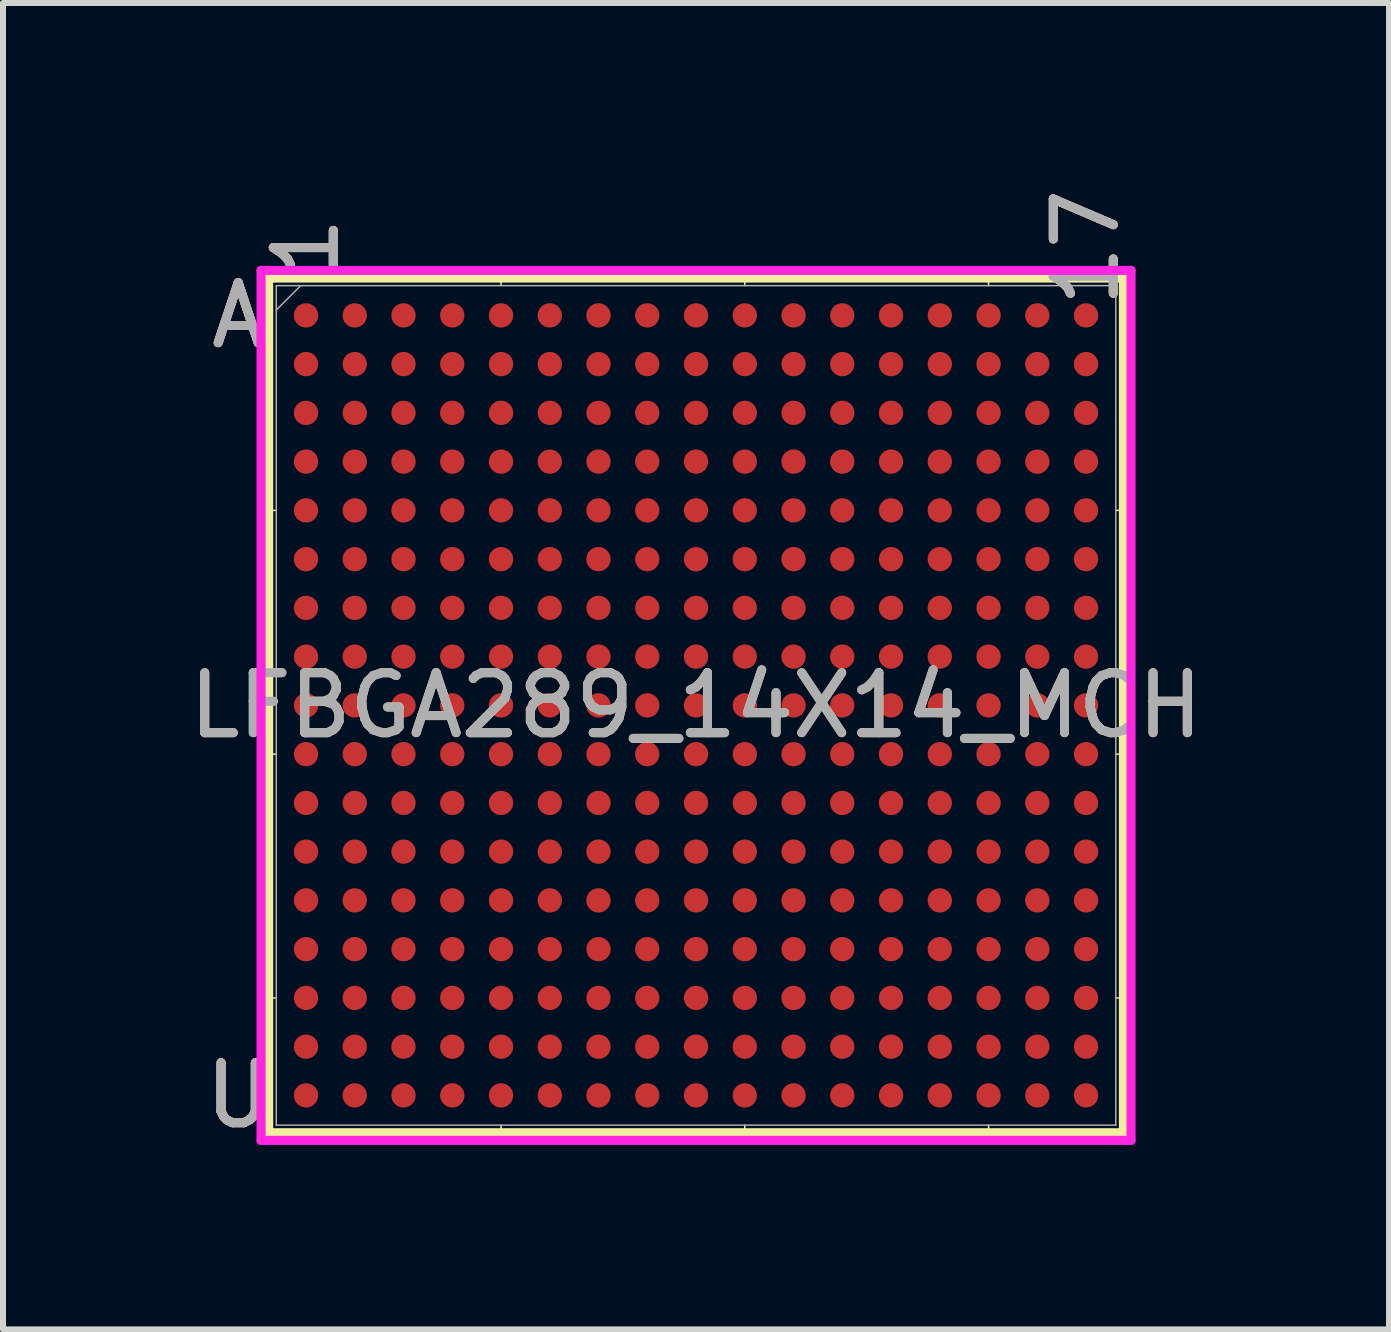
<source format=kicad_pcb>
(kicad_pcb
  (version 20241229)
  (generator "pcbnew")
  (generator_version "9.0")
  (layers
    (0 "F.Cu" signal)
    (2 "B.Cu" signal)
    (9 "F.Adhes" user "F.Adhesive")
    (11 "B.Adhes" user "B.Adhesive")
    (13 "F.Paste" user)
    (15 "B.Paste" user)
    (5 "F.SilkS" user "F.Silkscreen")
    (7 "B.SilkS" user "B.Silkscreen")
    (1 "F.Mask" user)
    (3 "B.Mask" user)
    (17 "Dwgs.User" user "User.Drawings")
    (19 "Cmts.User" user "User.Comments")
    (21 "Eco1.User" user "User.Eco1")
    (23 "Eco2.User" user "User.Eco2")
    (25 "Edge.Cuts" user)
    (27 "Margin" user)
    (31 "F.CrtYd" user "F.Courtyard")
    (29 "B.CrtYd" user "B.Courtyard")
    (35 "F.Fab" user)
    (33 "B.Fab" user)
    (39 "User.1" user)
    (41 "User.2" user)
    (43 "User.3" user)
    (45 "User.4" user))
  (footprint "LFBGA289_14X14_MCH"
    (layer "F.Cu")
    (at 8.554 8.71)
    (property "Reference" "LFBGA289_14X14_MCH" (at 0 0 0) (unlocked yes) (layer "F.SilkS") (effects (font (size 1 1) (thickness 0.15))))
    (attr smd)
    (fp_line (start -7.125 -7.125) (end -7.125 7.125) (stroke (width 0.152) (type solid)) (layer "F.SilkS"))
    (fp_line (start -7.125 7.125) (end 7.125 7.125) (stroke (width 0.152) (type solid)) (layer "F.SilkS"))
    (fp_line (start -6.998 -3.251) (end -7.252 -3.251) (stroke (width 0.025) (type solid)) (layer "F.SilkS"))
    (fp_line (start -6.998 0.813) (end -7.252 0.813) (stroke (width 0.025) (type solid)) (layer "F.SilkS"))
    (fp_line (start -6.998 4.877) (end -7.252 4.877) (stroke (width 0.025) (type solid)) (layer "F.SilkS"))
    (fp_line (start -3.251 -6.998) (end -3.251 -7.252) (stroke (width 0.025) (type solid)) (layer "F.SilkS"))
    (fp_line (start -3.251 6.998) (end -3.251 7.252) (stroke (width 0.025) (type solid)) (layer "F.SilkS"))
    (fp_line (start 0.813 -6.998) (end 0.813 -7.252) (stroke (width 0.025) (type solid)) (layer "F.SilkS"))
    (fp_line (start 0.813 6.998) (end 0.813 7.252) (stroke (width 0.025) (type solid)) (layer "F.SilkS"))
    (fp_line (start 4.877 -6.998) (end 4.877 -7.252) (stroke (width 0.025) (type solid)) (layer "F.SilkS"))
    (fp_line (start 4.877 6.998) (end 4.877 7.252) (stroke (width 0.025) (type solid)) (layer "F.SilkS"))
    (fp_line (start 6.998 -3.251) (end 7.252 -3.251) (stroke (width 0.025) (type solid)) (layer "F.SilkS"))
    (fp_line (start 6.998 0.813) (end 7.252 0.813) (stroke (width 0.025) (type solid)) (layer "F.SilkS"))
    (fp_line (start 6.998 4.877) (end 7.252 4.877) (stroke (width 0.025) (type solid)) (layer "F.SilkS"))
    (fp_line (start 7.125 -7.125) (end -7.125 -7.125) (stroke (width 0.152) (type solid)) (layer "F.SilkS"))
    (fp_line (start 7.125 7.125) (end 7.125 -7.125) (stroke (width 0.152) (type solid)) (layer "F.SilkS"))
    (fp_poly (pts (xy -7.353 -7.353) (xy 7.353 -7.353) (xy 7.353 7.353) (xy -7.353 7.353)) (stroke (width 0.1) (type solid)) (fill no) (layer "Eco2.User"))
    (fp_line (start -7.252 -7.252) (end 7.252 -7.252) (stroke (width 0.152) (type solid)) (layer "F.CrtYd"))
    (fp_line (start -7.252 7.252) (end -7.252 -7.252) (stroke (width 0.152) (type solid)) (layer "F.CrtYd"))
    (fp_line (start 7.252 -7.252) (end 7.252 7.252) (stroke (width 0.152) (type solid)) (layer "F.CrtYd"))
    (fp_line (start 7.252 7.252) (end -7.252 7.252) (stroke (width 0.152) (type solid)) (layer "F.CrtYd"))
    (fp_line (start -6.998 -6.998) (end -6.998 6.998) (stroke (width 0.025) (type solid)) (layer "F.Fab"))
    (fp_line (start -6.998 6.998) (end 6.998 6.998) (stroke (width 0.025) (type solid)) (layer "F.Fab"))
    (fp_line (start -6.591 -6.998) (end -6.998 -6.591) (stroke (width 0.025) (type solid)) (layer "F.Fab"))
    (fp_line (start 6.998 -6.998) (end -6.998 -6.998) (stroke (width 0.025) (type solid)) (layer "F.Fab"))
    (fp_line (start 6.998 6.998) (end 6.998 -6.998) (stroke (width 0.025) (type solid)) (layer "F.Fab"))
    (fp_text user "U" (at -7.633 6.502 0) (unlocked yes) (layer "F.SilkS") (effects (font (size 1 1) (thickness 0.15))))
    (fp_text user "17" (at 6.502 -7.633 90) (unlocked yes) (layer "F.SilkS") (effects (font (size 1 1) (thickness 0.15))))
    (fp_text user "A" (at -7.633 -6.502 0) (unlocked yes) (layer "F.SilkS") (effects (font (size 1 1) (thickness 0.15))))
    (fp_text user "1" (at -6.502 -7.633 90) (unlocked yes) (layer "F.SilkS") (effects (font (size 1 1) (thickness 0.15))))
    (fp_text user "A" (at -7.633 -6.502 0) (unlocked yes) (layer "B.SilkS") (effects (font (size 1 1) (thickness 0.15))))
    (fp_text user "1" (at -6.502 -7.633 90) (unlocked yes) (layer "B.SilkS") (effects (font (size 1 1) (thickness 0.15))))
    (fp_text user "U" (at -7.633 6.502 0) (unlocked yes) (layer "B.SilkS") (effects (font (size 1 1) (thickness 0.15))))
    (fp_text user "17" (at 6.502 -7.633 90) (unlocked yes) (layer "B.SilkS") (effects (font (size 1 1) (thickness 0.15))))
    (fp_text user "${REFERENCE}" (at 0 0 0) (unlocked yes) (layer "F.Fab") (effects (font (size 1 1) (thickness 0.15))))
    (fp_text user "A" (at -7.633 -6.502 0) (unlocked yes) (layer "F.Fab") (effects (font (size 1 1) (thickness 0.15))))
    (fp_text user "17" (at 6.502 -7.633 90) (unlocked yes) (layer "F.Fab") (effects (font (size 1 1) (thickness 0.15))))
    (fp_text user "1" (at -6.502 -7.633 90) (unlocked yes) (layer "F.Fab") (effects (font (size 1 1) (thickness 0.15))))
    (fp_text user "U" (at -7.633 6.502 0) (unlocked yes) (layer "F.Fab") (effects (font (size 1 1) (thickness 0.15))))
    (pad "A1" smd circle (at -6.502 -6.502) (size 0.406 0.406) (layers "F.Cu" "F.Mask" "F.Paste"))
    (pad "A2" smd circle (at -5.69 -6.502) (size 0.406 0.406) (layers "F.Cu" "F.Mask" "F.Paste"))
    (pad "A3" smd circle (at -4.877 -6.502) (size 0.406 0.406) (layers "F.Cu" "F.Mask" "F.Paste"))
    (pad "A4" smd circle (at -4.064 -6.502) (size 0.406 0.406) (layers "F.Cu" "F.Mask" "F.Paste"))
    (pad "A5" smd circle (at -3.251 -6.502) (size 0.406 0.406) (layers "F.Cu" "F.Mask" "F.Paste"))
    (pad "A6" smd circle (at -2.438 -6.502) (size 0.406 0.406) (layers "F.Cu" "F.Mask" "F.Paste"))
    (pad "A7" smd circle (at -1.626 -6.502) (size 0.406 0.406) (layers "F.Cu" "F.Mask" "F.Paste"))
    (pad "A8" smd circle (at -0.813 -6.502) (size 0.406 0.406) (layers "F.Cu" "F.Mask" "F.Paste"))
    (pad "A9" smd circle (at 0 -6.502) (size 0.406 0.406) (layers "F.Cu" "F.Mask" "F.Paste"))
    (pad "A10" smd circle (at 0.813 -6.502) (size 0.406 0.406) (layers "F.Cu" "F.Mask" "F.Paste"))
    (pad "A11" smd circle (at 1.626 -6.502) (size 0.406 0.406) (layers "F.Cu" "F.Mask" "F.Paste"))
    (pad "A12" smd circle (at 2.438 -6.502) (size 0.406 0.406) (layers "F.Cu" "F.Mask" "F.Paste"))
    (pad "A13" smd circle (at 3.251 -6.502) (size 0.406 0.406) (layers "F.Cu" "F.Mask" "F.Paste"))
    (pad "A14" smd circle (at 4.064 -6.502) (size 0.406 0.406) (layers "F.Cu" "F.Mask" "F.Paste"))
    (pad "A15" smd circle (at 4.877 -6.502) (size 0.406 0.406) (layers "F.Cu" "F.Mask" "F.Paste"))
    (pad "A16" smd circle (at 5.69 -6.502) (size 0.406 0.406) (layers "F.Cu" "F.Mask" "F.Paste"))
    (pad "A17" smd circle (at 6.502 -6.502) (size 0.406 0.406) (layers "F.Cu" "F.Mask" "F.Paste"))
    (pad "B1" smd circle (at -6.502 -5.69) (size 0.406 0.406) (layers "F.Cu" "F.Mask" "F.Paste"))
    (pad "B2" smd circle (at -5.69 -5.69) (size 0.406 0.406) (layers "F.Cu" "F.Mask" "F.Paste"))
    (pad "B3" smd circle (at -4.877 -5.69) (size 0.406 0.406) (layers "F.Cu" "F.Mask" "F.Paste"))
    (pad "B4" smd circle (at -4.064 -5.69) (size 0.406 0.406) (layers "F.Cu" "F.Mask" "F.Paste"))
    (pad "B5" smd circle (at -3.251 -5.69) (size 0.406 0.406) (layers "F.Cu" "F.Mask" "F.Paste"))
    (pad "B6" smd circle (at -2.438 -5.69) (size 0.406 0.406) (layers "F.Cu" "F.Mask" "F.Paste"))
    (pad "B7" smd circle (at -1.626 -5.69) (size 0.406 0.406) (layers "F.Cu" "F.Mask" "F.Paste"))
    (pad "B8" smd circle (at -0.813 -5.69) (size 0.406 0.406) (layers "F.Cu" "F.Mask" "F.Paste"))
    (pad "B9" smd circle (at 0 -5.69) (size 0.406 0.406) (layers "F.Cu" "F.Mask" "F.Paste"))
    (pad "B10" smd circle (at 0.813 -5.69) (size 0.406 0.406) (layers "F.Cu" "F.Mask" "F.Paste"))
    (pad "B11" smd circle (at 1.626 -5.69) (size 0.406 0.406) (layers "F.Cu" "F.Mask" "F.Paste"))
    (pad "B12" smd circle (at 2.438 -5.69) (size 0.406 0.406) (layers "F.Cu" "F.Mask" "F.Paste"))
    (pad "B13" smd circle (at 3.251 -5.69) (size 0.406 0.406) (layers "F.Cu" "F.Mask" "F.Paste"))
    (pad "B14" smd circle (at 4.064 -5.69) (size 0.406 0.406) (layers "F.Cu" "F.Mask" "F.Paste"))
    (pad "B15" smd circle (at 4.877 -5.69) (size 0.406 0.406) (layers "F.Cu" "F.Mask" "F.Paste"))
    (pad "B16" smd circle (at 5.69 -5.69) (size 0.406 0.406) (layers "F.Cu" "F.Mask" "F.Paste"))
    (pad "B17" smd circle (at 6.502 -5.69) (size 0.406 0.406) (layers "F.Cu" "F.Mask" "F.Paste"))
    (pad "C1" smd circle (at -6.502 -4.877) (size 0.406 0.406) (layers "F.Cu" "F.Mask" "F.Paste"))
    (pad "C2" smd circle (at -5.69 -4.877) (size 0.406 0.406) (layers "F.Cu" "F.Mask" "F.Paste"))
    (pad "C3" smd circle (at -4.877 -4.877) (size 0.406 0.406) (layers "F.Cu" "F.Mask" "F.Paste"))
    (pad "C4" smd circle (at -4.064 -4.877) (size 0.406 0.406) (layers "F.Cu" "F.Mask" "F.Paste"))
    (pad "C5" smd circle (at -3.251 -4.877) (size 0.406 0.406) (layers "F.Cu" "F.Mask" "F.Paste"))
    (pad "C6" smd circle (at -2.438 -4.877) (size 0.406 0.406) (layers "F.Cu" "F.Mask" "F.Paste"))
    (pad "C7" smd circle (at -1.626 -4.877) (size 0.406 0.406) (layers "F.Cu" "F.Mask" "F.Paste"))
    (pad "C8" smd circle (at -0.813 -4.877) (size 0.406 0.406) (layers "F.Cu" "F.Mask" "F.Paste"))
    (pad "C9" smd circle (at 0 -4.877) (size 0.406 0.406) (layers "F.Cu" "F.Mask" "F.Paste"))
    (pad "C10" smd circle (at 0.813 -4.877) (size 0.406 0.406) (layers "F.Cu" "F.Mask" "F.Paste"))
    (pad "C11" smd circle (at 1.626 -4.877) (size 0.406 0.406) (layers "F.Cu" "F.Mask" "F.Paste"))
    (pad "C12" smd circle (at 2.438 -4.877) (size 0.406 0.406) (layers "F.Cu" "F.Mask" "F.Paste"))
    (pad "C13" smd circle (at 3.251 -4.877) (size 0.406 0.406) (layers "F.Cu" "F.Mask" "F.Paste"))
    (pad "C14" smd circle (at 4.064 -4.877) (size 0.406 0.406) (layers "F.Cu" "F.Mask" "F.Paste"))
    (pad "C15" smd circle (at 4.877 -4.877) (size 0.406 0.406) (layers "F.Cu" "F.Mask" "F.Paste"))
    (pad "C16" smd circle (at 5.69 -4.877) (size 0.406 0.406) (layers "F.Cu" "F.Mask" "F.Paste"))
    (pad "C17" smd circle (at 6.502 -4.877) (size 0.406 0.406) (layers "F.Cu" "F.Mask" "F.Paste"))
    (pad "D1" smd circle (at -6.502 -4.064) (size 0.406 0.406) (layers "F.Cu" "F.Mask" "F.Paste"))
    (pad "D2" smd circle (at -5.69 -4.064) (size 0.406 0.406) (layers "F.Cu" "F.Mask" "F.Paste"))
    (pad "D3" smd circle (at -4.877 -4.064) (size 0.406 0.406) (layers "F.Cu" "F.Mask" "F.Paste"))
    (pad "D4" smd circle (at -4.064 -4.064) (size 0.406 0.406) (layers "F.Cu" "F.Mask" "F.Paste"))
    (pad "D5" smd circle (at -3.251 -4.064) (size 0.406 0.406) (layers "F.Cu" "F.Mask" "F.Paste"))
    (pad "D6" smd circle (at -2.438 -4.064) (size 0.406 0.406) (layers "F.Cu" "F.Mask" "F.Paste"))
    (pad "D7" smd circle (at -1.626 -4.064) (size 0.406 0.406) (layers "F.Cu" "F.Mask" "F.Paste"))
    (pad "D8" smd circle (at -0.813 -4.064) (size 0.406 0.406) (layers "F.Cu" "F.Mask" "F.Paste"))
    (pad "D9" smd circle (at 0 -4.064) (size 0.406 0.406) (layers "F.Cu" "F.Mask" "F.Paste"))
    (pad "D10" smd circle (at 0.813 -4.064) (size 0.406 0.406) (layers "F.Cu" "F.Mask" "F.Paste"))
    (pad "D11" smd circle (at 1.626 -4.064) (size 0.406 0.406) (layers "F.Cu" "F.Mask" "F.Paste"))
    (pad "D12" smd circle (at 2.438 -4.064) (size 0.406 0.406) (layers "F.Cu" "F.Mask" "F.Paste"))
    (pad "D13" smd circle (at 3.251 -4.064) (size 0.406 0.406) (layers "F.Cu" "F.Mask" "F.Paste"))
    (pad "D14" smd circle (at 4.064 -4.064) (size 0.406 0.406) (layers "F.Cu" "F.Mask" "F.Paste"))
    (pad "D15" smd circle (at 4.877 -4.064) (size 0.406 0.406) (layers "F.Cu" "F.Mask" "F.Paste"))
    (pad "D16" smd circle (at 5.69 -4.064) (size 0.406 0.406) (layers "F.Cu" "F.Mask" "F.Paste"))
    (pad "D17" smd circle (at 6.502 -4.064) (size 0.406 0.406) (layers "F.Cu" "F.Mask" "F.Paste"))
    (pad "E1" smd circle (at -6.502 -3.251) (size 0.406 0.406) (layers "F.Cu" "F.Mask" "F.Paste"))
    (pad "E2" smd circle (at -5.69 -3.251) (size 0.406 0.406) (layers "F.Cu" "F.Mask" "F.Paste"))
    (pad "E3" smd circle (at -4.877 -3.251) (size 0.406 0.406) (layers "F.Cu" "F.Mask" "F.Paste"))
    (pad "E4" smd circle (at -4.064 -3.251) (size 0.406 0.406) (layers "F.Cu" "F.Mask" "F.Paste"))
    (pad "E5" smd circle (at -3.251 -3.251) (size 0.406 0.406) (layers "F.Cu" "F.Mask" "F.Paste"))
    (pad "E6" smd circle (at -2.438 -3.251) (size 0.406 0.406) (layers "F.Cu" "F.Mask" "F.Paste"))
    (pad "E7" smd circle (at -1.626 -3.251) (size 0.406 0.406) (layers "F.Cu" "F.Mask" "F.Paste"))
    (pad "E8" smd circle (at -0.813 -3.251) (size 0.406 0.406) (layers "F.Cu" "F.Mask" "F.Paste"))
    (pad "E9" smd circle (at 0 -3.251) (size 0.406 0.406) (layers "F.Cu" "F.Mask" "F.Paste"))
    (pad "E10" smd circle (at 0.813 -3.251) (size 0.406 0.406) (layers "F.Cu" "F.Mask" "F.Paste"))
    (pad "E11" smd circle (at 1.626 -3.251) (size 0.406 0.406) (layers "F.Cu" "F.Mask" "F.Paste"))
    (pad "E12" smd circle (at 2.438 -3.251) (size 0.406 0.406) (layers "F.Cu" "F.Mask" "F.Paste"))
    (pad "E13" smd circle (at 3.251 -3.251) (size 0.406 0.406) (layers "F.Cu" "F.Mask" "F.Paste"))
    (pad "E14" smd circle (at 4.064 -3.251) (size 0.406 0.406) (layers "F.Cu" "F.Mask" "F.Paste"))
    (pad "E15" smd circle (at 4.877 -3.251) (size 0.406 0.406) (layers "F.Cu" "F.Mask" "F.Paste"))
    (pad "E16" smd circle (at 5.69 -3.251) (size 0.406 0.406) (layers "F.Cu" "F.Mask" "F.Paste"))
    (pad "E17" smd circle (at 6.502 -3.251) (size 0.406 0.406) (layers "F.Cu" "F.Mask" "F.Paste"))
    (pad "F1" smd circle (at -6.502 -2.438) (size 0.406 0.406) (layers "F.Cu" "F.Mask" "F.Paste"))
    (pad "F2" smd circle (at -5.69 -2.438) (size 0.406 0.406) (layers "F.Cu" "F.Mask" "F.Paste"))
    (pad "F3" smd circle (at -4.877 -2.438) (size 0.406 0.406) (layers "F.Cu" "F.Mask" "F.Paste"))
    (pad "F4" smd circle (at -4.064 -2.438) (size 0.406 0.406) (layers "F.Cu" "F.Mask" "F.Paste"))
    (pad "F5" smd circle (at -3.251 -2.438) (size 0.406 0.406) (layers "F.Cu" "F.Mask" "F.Paste"))
    (pad "F6" smd circle (at -2.438 -2.438) (size 0.406 0.406) (layers "F.Cu" "F.Mask" "F.Paste"))
    (pad "F7" smd circle (at -1.626 -2.438) (size 0.406 0.406) (layers "F.Cu" "F.Mask" "F.Paste"))
    (pad "F8" smd circle (at -0.813 -2.438) (size 0.406 0.406) (layers "F.Cu" "F.Mask" "F.Paste"))
    (pad "F9" smd circle (at 0 -2.438) (size 0.406 0.406) (layers "F.Cu" "F.Mask" "F.Paste"))
    (pad "F10" smd circle (at 0.813 -2.438) (size 0.406 0.406) (layers "F.Cu" "F.Mask" "F.Paste"))
    (pad "F11" smd circle (at 1.626 -2.438) (size 0.406 0.406) (layers "F.Cu" "F.Mask" "F.Paste"))
    (pad "F12" smd circle (at 2.438 -2.438) (size 0.406 0.406) (layers "F.Cu" "F.Mask" "F.Paste"))
    (pad "F13" smd circle (at 3.251 -2.438) (size 0.406 0.406) (layers "F.Cu" "F.Mask" "F.Paste"))
    (pad "F14" smd circle (at 4.064 -2.438) (size 0.406 0.406) (layers "F.Cu" "F.Mask" "F.Paste"))
    (pad "F15" smd circle (at 4.877 -2.438) (size 0.406 0.406) (layers "F.Cu" "F.Mask" "F.Paste"))
    (pad "F16" smd circle (at 5.69 -2.438) (size 0.406 0.406) (layers "F.Cu" "F.Mask" "F.Paste"))
    (pad "F17" smd circle (at 6.502 -2.438) (size 0.406 0.406) (layers "F.Cu" "F.Mask" "F.Paste"))
    (pad "G1" smd circle (at -6.502 -1.626) (size 0.406 0.406) (layers "F.Cu" "F.Mask" "F.Paste"))
    (pad "G2" smd circle (at -5.69 -1.626) (size 0.406 0.406) (layers "F.Cu" "F.Mask" "F.Paste"))
    (pad "G3" smd circle (at -4.877 -1.626) (size 0.406 0.406) (layers "F.Cu" "F.Mask" "F.Paste"))
    (pad "G4" smd circle (at -4.064 -1.626) (size 0.406 0.406) (layers "F.Cu" "F.Mask" "F.Paste"))
    (pad "G5" smd circle (at -3.251 -1.626) (size 0.406 0.406) (layers "F.Cu" "F.Mask" "F.Paste"))
    (pad "G6" smd circle (at -2.438 -1.626) (size 0.406 0.406) (layers "F.Cu" "F.Mask" "F.Paste"))
    (pad "G7" smd circle (at -1.626 -1.626) (size 0.406 0.406) (layers "F.Cu" "F.Mask" "F.Paste"))
    (pad "G8" smd circle (at -0.813 -1.626) (size 0.406 0.406) (layers "F.Cu" "F.Mask" "F.Paste"))
    (pad "G9" smd circle (at 0 -1.626) (size 0.406 0.406) (layers "F.Cu" "F.Mask" "F.Paste"))
    (pad "G10" smd circle (at 0.813 -1.626) (size 0.406 0.406) (layers "F.Cu" "F.Mask" "F.Paste"))
    (pad "G11" smd circle (at 1.626 -1.626) (size 0.406 0.406) (layers "F.Cu" "F.Mask" "F.Paste"))
    (pad "G12" smd circle (at 2.438 -1.626) (size 0.406 0.406) (layers "F.Cu" "F.Mask" "F.Paste"))
    (pad "G13" smd circle (at 3.251 -1.626) (size 0.406 0.406) (layers "F.Cu" "F.Mask" "F.Paste"))
    (pad "G14" smd circle (at 4.064 -1.626) (size 0.406 0.406) (layers "F.Cu" "F.Mask" "F.Paste"))
    (pad "G15" smd circle (at 4.877 -1.626) (size 0.406 0.406) (layers "F.Cu" "F.Mask" "F.Paste"))
    (pad "G16" smd circle (at 5.69 -1.626) (size 0.406 0.406) (layers "F.Cu" "F.Mask" "F.Paste"))
    (pad "G17" smd circle (at 6.502 -1.626) (size 0.406 0.406) (layers "F.Cu" "F.Mask" "F.Paste"))
    (pad "H1" smd circle (at -6.502 -0.813) (size 0.406 0.406) (layers "F.Cu" "F.Mask" "F.Paste"))
    (pad "H2" smd circle (at -5.69 -0.813) (size 0.406 0.406) (layers "F.Cu" "F.Mask" "F.Paste"))
    (pad "H3" smd circle (at -4.877 -0.813) (size 0.406 0.406) (layers "F.Cu" "F.Mask" "F.Paste"))
    (pad "H4" smd circle (at -4.064 -0.813) (size 0.406 0.406) (layers "F.Cu" "F.Mask" "F.Paste"))
    (pad "H5" smd circle (at -3.251 -0.813) (size 0.406 0.406) (layers "F.Cu" "F.Mask" "F.Paste"))
    (pad "H6" smd circle (at -2.438 -0.813) (size 0.406 0.406) (layers "F.Cu" "F.Mask" "F.Paste"))
    (pad "H7" smd circle (at -1.626 -0.813) (size 0.406 0.406) (layers "F.Cu" "F.Mask" "F.Paste"))
    (pad "H8" smd circle (at -0.813 -0.813) (size 0.406 0.406) (layers "F.Cu" "F.Mask" "F.Paste"))
    (pad "H9" smd circle (at 0 -0.813) (size 0.406 0.406) (layers "F.Cu" "F.Mask" "F.Paste"))
    (pad "H10" smd circle (at 0.813 -0.813) (size 0.406 0.406) (layers "F.Cu" "F.Mask" "F.Paste"))
    (pad "H11" smd circle (at 1.626 -0.813) (size 0.406 0.406) (layers "F.Cu" "F.Mask" "F.Paste"))
    (pad "H12" smd circle (at 2.438 -0.813) (size 0.406 0.406) (layers "F.Cu" "F.Mask" "F.Paste"))
    (pad "H13" smd circle (at 3.251 -0.813) (size 0.406 0.406) (layers "F.Cu" "F.Mask" "F.Paste"))
    (pad "H14" smd circle (at 4.064 -0.813) (size 0.406 0.406) (layers "F.Cu" "F.Mask" "F.Paste"))
    (pad "H15" smd circle (at 4.877 -0.813) (size 0.406 0.406) (layers "F.Cu" "F.Mask" "F.Paste"))
    (pad "H16" smd circle (at 5.69 -0.813) (size 0.406 0.406) (layers "F.Cu" "F.Mask" "F.Paste"))
    (pad "H17" smd circle (at 6.502 -0.813) (size 0.406 0.406) (layers "F.Cu" "F.Mask" "F.Paste"))
    (pad "J1" smd circle (at -6.502 0) (size 0.406 0.406) (layers "F.Cu" "F.Mask" "F.Paste"))
    (pad "J2" smd circle (at -5.69 0) (size 0.406 0.406) (layers "F.Cu" "F.Mask" "F.Paste"))
    (pad "J3" smd circle (at -4.877 0) (size 0.406 0.406) (layers "F.Cu" "F.Mask" "F.Paste"))
    (pad "J4" smd circle (at -4.064 0) (size 0.406 0.406) (layers "F.Cu" "F.Mask" "F.Paste"))
    (pad "J5" smd circle (at -3.251 0) (size 0.406 0.406) (layers "F.Cu" "F.Mask" "F.Paste"))
    (pad "J6" smd circle (at -2.438 0) (size 0.406 0.406) (layers "F.Cu" "F.Mask" "F.Paste"))
    (pad "J7" smd circle (at -1.626 0) (size 0.406 0.406) (layers "F.Cu" "F.Mask" "F.Paste"))
    (pad "J8" smd circle (at -0.813 0) (size 0.406 0.406) (layers "F.Cu" "F.Mask" "F.Paste"))
    (pad "J9" smd circle (at 0 0) (size 0.406 0.406) (layers "F.Cu" "F.Mask" "F.Paste"))
    (pad "J10" smd circle (at 0.813 0) (size 0.406 0.406) (layers "F.Cu" "F.Mask" "F.Paste"))
    (pad "J11" smd circle (at 1.626 0) (size 0.406 0.406) (layers "F.Cu" "F.Mask" "F.Paste"))
    (pad "J12" smd circle (at 2.438 0) (size 0.406 0.406) (layers "F.Cu" "F.Mask" "F.Paste"))
    (pad "J13" smd circle (at 3.251 0) (size 0.406 0.406) (layers "F.Cu" "F.Mask" "F.Paste"))
    (pad "J14" smd circle (at 4.064 0) (size 0.406 0.406) (layers "F.Cu" "F.Mask" "F.Paste"))
    (pad "J15" smd circle (at 4.877 0) (size 0.406 0.406) (layers "F.Cu" "F.Mask" "F.Paste"))
    (pad "J16" smd circle (at 5.69 0) (size 0.406 0.406) (layers "F.Cu" "F.Mask" "F.Paste"))
    (pad "J17" smd circle (at 6.502 0) (size 0.406 0.406) (layers "F.Cu" "F.Mask" "F.Paste"))
    (pad "K1" smd circle (at -6.502 0.813) (size 0.406 0.406) (layers "F.Cu" "F.Mask" "F.Paste"))
    (pad "K2" smd circle (at -5.69 0.813) (size 0.406 0.406) (layers "F.Cu" "F.Mask" "F.Paste"))
    (pad "K3" smd circle (at -4.877 0.813) (size 0.406 0.406) (layers "F.Cu" "F.Mask" "F.Paste"))
    (pad "K4" smd circle (at -4.064 0.813) (size 0.406 0.406) (layers "F.Cu" "F.Mask" "F.Paste"))
    (pad "K5" smd circle (at -3.251 0.813) (size 0.406 0.406) (layers "F.Cu" "F.Mask" "F.Paste"))
    (pad "K6" smd circle (at -2.438 0.813) (size 0.406 0.406) (layers "F.Cu" "F.Mask" "F.Paste"))
    (pad "K7" smd circle (at -1.626 0.813) (size 0.406 0.406) (layers "F.Cu" "F.Mask" "F.Paste"))
    (pad "K8" smd circle (at -0.813 0.813) (size 0.406 0.406) (layers "F.Cu" "F.Mask" "F.Paste"))
    (pad "K9" smd circle (at 0 0.813) (size 0.406 0.406) (layers "F.Cu" "F.Mask" "F.Paste"))
    (pad "K10" smd circle (at 0.813 0.813) (size 0.406 0.406) (layers "F.Cu" "F.Mask" "F.Paste"))
    (pad "K11" smd circle (at 1.626 0.813) (size 0.406 0.406) (layers "F.Cu" "F.Mask" "F.Paste"))
    (pad "K12" smd circle (at 2.438 0.813) (size 0.406 0.406) (layers "F.Cu" "F.Mask" "F.Paste"))
    (pad "K13" smd circle (at 3.251 0.813) (size 0.406 0.406) (layers "F.Cu" "F.Mask" "F.Paste"))
    (pad "K14" smd circle (at 4.064 0.813) (size 0.406 0.406) (layers "F.Cu" "F.Mask" "F.Paste"))
    (pad "K15" smd circle (at 4.877 0.813) (size 0.406 0.406) (layers "F.Cu" "F.Mask" "F.Paste"))
    (pad "K16" smd circle (at 5.69 0.813) (size 0.406 0.406) (layers "F.Cu" "F.Mask" "F.Paste"))
    (pad "K17" smd circle (at 6.502 0.813) (size 0.406 0.406) (layers "F.Cu" "F.Mask" "F.Paste"))
    (pad "L1" smd circle (at -6.502 1.626) (size 0.406 0.406) (layers "F.Cu" "F.Mask" "F.Paste"))
    (pad "L2" smd circle (at -5.69 1.626) (size 0.406 0.406) (layers "F.Cu" "F.Mask" "F.Paste"))
    (pad "L3" smd circle (at -4.877 1.626) (size 0.406 0.406) (layers "F.Cu" "F.Mask" "F.Paste"))
    (pad "L4" smd circle (at -4.064 1.626) (size 0.406 0.406) (layers "F.Cu" "F.Mask" "F.Paste"))
    (pad "L5" smd circle (at -3.251 1.626) (size 0.406 0.406) (layers "F.Cu" "F.Mask" "F.Paste"))
    (pad "L6" smd circle (at -2.438 1.626) (size 0.406 0.406) (layers "F.Cu" "F.Mask" "F.Paste"))
    (pad "L7" smd circle (at -1.626 1.626) (size 0.406 0.406) (layers "F.Cu" "F.Mask" "F.Paste"))
    (pad "L8" smd circle (at -0.813 1.626) (size 0.406 0.406) (layers "F.Cu" "F.Mask" "F.Paste"))
    (pad "L9" smd circle (at 0 1.626) (size 0.406 0.406) (layers "F.Cu" "F.Mask" "F.Paste"))
    (pad "L10" smd circle (at 0.813 1.626) (size 0.406 0.406) (layers "F.Cu" "F.Mask" "F.Paste"))
    (pad "L11" smd circle (at 1.626 1.626) (size 0.406 0.406) (layers "F.Cu" "F.Mask" "F.Paste"))
    (pad "L12" smd circle (at 2.438 1.626) (size 0.406 0.406) (layers "F.Cu" "F.Mask" "F.Paste"))
    (pad "L13" smd circle (at 3.251 1.626) (size 0.406 0.406) (layers "F.Cu" "F.Mask" "F.Paste"))
    (pad "L14" smd circle (at 4.064 1.626) (size 0.406 0.406) (layers "F.Cu" "F.Mask" "F.Paste"))
    (pad "L15" smd circle (at 4.877 1.626) (size 0.406 0.406) (layers "F.Cu" "F.Mask" "F.Paste"))
    (pad "L16" smd circle (at 5.69 1.626) (size 0.406 0.406) (layers "F.Cu" "F.Mask" "F.Paste"))
    (pad "L17" smd circle (at 6.502 1.626) (size 0.406 0.406) (layers "F.Cu" "F.Mask" "F.Paste"))
    (pad "M1" smd circle (at -6.502 2.438) (size 0.406 0.406) (layers "F.Cu" "F.Mask" "F.Paste"))
    (pad "M2" smd circle (at -5.69 2.438) (size 0.406 0.406) (layers "F.Cu" "F.Mask" "F.Paste"))
    (pad "M3" smd circle (at -4.877 2.438) (size 0.406 0.406) (layers "F.Cu" "F.Mask" "F.Paste"))
    (pad "M4" smd circle (at -4.064 2.438) (size 0.406 0.406) (layers "F.Cu" "F.Mask" "F.Paste"))
    (pad "M5" smd circle (at -3.251 2.438) (size 0.406 0.406) (layers "F.Cu" "F.Mask" "F.Paste"))
    (pad "M6" smd circle (at -2.438 2.438) (size 0.406 0.406) (layers "F.Cu" "F.Mask" "F.Paste"))
    (pad "M7" smd circle (at -1.626 2.438) (size 0.406 0.406) (layers "F.Cu" "F.Mask" "F.Paste"))
    (pad "M8" smd circle (at -0.813 2.438) (size 0.406 0.406) (layers "F.Cu" "F.Mask" "F.Paste"))
    (pad "M9" smd circle (at 0 2.438) (size 0.406 0.406) (layers "F.Cu" "F.Mask" "F.Paste"))
    (pad "M10" smd circle (at 0.813 2.438) (size 0.406 0.406) (layers "F.Cu" "F.Mask" "F.Paste"))
    (pad "M11" smd circle (at 1.626 2.438) (size 0.406 0.406) (layers "F.Cu" "F.Mask" "F.Paste"))
    (pad "M12" smd circle (at 2.438 2.438) (size 0.406 0.406) (layers "F.Cu" "F.Mask" "F.Paste"))
    (pad "M13" smd circle (at 3.251 2.438) (size 0.406 0.406) (layers "F.Cu" "F.Mask" "F.Paste"))
    (pad "M14" smd circle (at 4.064 2.438) (size 0.406 0.406) (layers "F.Cu" "F.Mask" "F.Paste"))
    (pad "M15" smd circle (at 4.877 2.438) (size 0.406 0.406) (layers "F.Cu" "F.Mask" "F.Paste"))
    (pad "M16" smd circle (at 5.69 2.438) (size 0.406 0.406) (layers "F.Cu" "F.Mask" "F.Paste"))
    (pad "M17" smd circle (at 6.502 2.438) (size 0.406 0.406) (layers "F.Cu" "F.Mask" "F.Paste"))
    (pad "N1" smd circle (at -6.502 3.251) (size 0.406 0.406) (layers "F.Cu" "F.Mask" "F.Paste"))
    (pad "N2" smd circle (at -5.69 3.251) (size 0.406 0.406) (layers "F.Cu" "F.Mask" "F.Paste"))
    (pad "N3" smd circle (at -4.877 3.251) (size 0.406 0.406) (layers "F.Cu" "F.Mask" "F.Paste"))
    (pad "N4" smd circle (at -4.064 3.251) (size 0.406 0.406) (layers "F.Cu" "F.Mask" "F.Paste"))
    (pad "N5" smd circle (at -3.251 3.251) (size 0.406 0.406) (layers "F.Cu" "F.Mask" "F.Paste"))
    (pad "N6" smd circle (at -2.438 3.251) (size 0.406 0.406) (layers "F.Cu" "F.Mask" "F.Paste"))
    (pad "N7" smd circle (at -1.626 3.251) (size 0.406 0.406) (layers "F.Cu" "F.Mask" "F.Paste"))
    (pad "N8" smd circle (at -0.813 3.251) (size 0.406 0.406) (layers "F.Cu" "F.Mask" "F.Paste"))
    (pad "N9" smd circle (at 0 3.251) (size 0.406 0.406) (layers "F.Cu" "F.Mask" "F.Paste"))
    (pad "N10" smd circle (at 0.813 3.251) (size 0.406 0.406) (layers "F.Cu" "F.Mask" "F.Paste"))
    (pad "N11" smd circle (at 1.626 3.251) (size 0.406 0.406) (layers "F.Cu" "F.Mask" "F.Paste"))
    (pad "N12" smd circle (at 2.438 3.251) (size 0.406 0.406) (layers "F.Cu" "F.Mask" "F.Paste"))
    (pad "N13" smd circle (at 3.251 3.251) (size 0.406 0.406) (layers "F.Cu" "F.Mask" "F.Paste"))
    (pad "N14" smd circle (at 4.064 3.251) (size 0.406 0.406) (layers "F.Cu" "F.Mask" "F.Paste"))
    (pad "N15" smd circle (at 4.877 3.251) (size 0.406 0.406) (layers "F.Cu" "F.Mask" "F.Paste"))
    (pad "N16" smd circle (at 5.69 3.251) (size 0.406 0.406) (layers "F.Cu" "F.Mask" "F.Paste"))
    (pad "N17" smd circle (at 6.502 3.251) (size 0.406 0.406) (layers "F.Cu" "F.Mask" "F.Paste"))
    (pad "P1" smd circle (at -6.502 4.064) (size 0.406 0.406) (layers "F.Cu" "F.Mask" "F.Paste"))
    (pad "P2" smd circle (at -5.69 4.064) (size 0.406 0.406) (layers "F.Cu" "F.Mask" "F.Paste"))
    (pad "P3" smd circle (at -4.877 4.064) (size 0.406 0.406) (layers "F.Cu" "F.Mask" "F.Paste"))
    (pad "P4" smd circle (at -4.064 4.064) (size 0.406 0.406) (layers "F.Cu" "F.Mask" "F.Paste"))
    (pad "P5" smd circle (at -3.251 4.064) (size 0.406 0.406) (layers "F.Cu" "F.Mask" "F.Paste"))
    (pad "P6" smd circle (at -2.438 4.064) (size 0.406 0.406) (layers "F.Cu" "F.Mask" "F.Paste"))
    (pad "P7" smd circle (at -1.626 4.064) (size 0.406 0.406) (layers "F.Cu" "F.Mask" "F.Paste"))
    (pad "P8" smd circle (at -0.813 4.064) (size 0.406 0.406) (layers "F.Cu" "F.Mask" "F.Paste"))
    (pad "P9" smd circle (at 0 4.064) (size 0.406 0.406) (layers "F.Cu" "F.Mask" "F.Paste"))
    (pad "P10" smd circle (at 0.813 4.064) (size 0.406 0.406) (layers "F.Cu" "F.Mask" "F.Paste"))
    (pad "P11" smd circle (at 1.626 4.064) (size 0.406 0.406) (layers "F.Cu" "F.Mask" "F.Paste"))
    (pad "P12" smd circle (at 2.438 4.064) (size 0.406 0.406) (layers "F.Cu" "F.Mask" "F.Paste"))
    (pad "P13" smd circle (at 3.251 4.064) (size 0.406 0.406) (layers "F.Cu" "F.Mask" "F.Paste"))
    (pad "P14" smd circle (at 4.064 4.064) (size 0.406 0.406) (layers "F.Cu" "F.Mask" "F.Paste"))
    (pad "P15" smd circle (at 4.877 4.064) (size 0.406 0.406) (layers "F.Cu" "F.Mask" "F.Paste"))
    (pad "P16" smd circle (at 5.69 4.064) (size 0.406 0.406) (layers "F.Cu" "F.Mask" "F.Paste"))
    (pad "P17" smd circle (at 6.502 4.064) (size 0.406 0.406) (layers "F.Cu" "F.Mask" "F.Paste"))
    (pad "R1" smd circle (at -6.502 4.877) (size 0.406 0.406) (layers "F.Cu" "F.Mask" "F.Paste"))
    (pad "R2" smd circle (at -5.69 4.877) (size 0.406 0.406) (layers "F.Cu" "F.Mask" "F.Paste"))
    (pad "R3" smd circle (at -4.877 4.877) (size 0.406 0.406) (layers "F.Cu" "F.Mask" "F.Paste"))
    (pad "R4" smd circle (at -4.064 4.877) (size 0.406 0.406) (layers "F.Cu" "F.Mask" "F.Paste"))
    (pad "R5" smd circle (at -3.251 4.877) (size 0.406 0.406) (layers "F.Cu" "F.Mask" "F.Paste"))
    (pad "R6" smd circle (at -2.438 4.877) (size 0.406 0.406) (layers "F.Cu" "F.Mask" "F.Paste"))
    (pad "R7" smd circle (at -1.626 4.877) (size 0.406 0.406) (layers "F.Cu" "F.Mask" "F.Paste"))
    (pad "R8" smd circle (at -0.813 4.877) (size 0.406 0.406) (layers "F.Cu" "F.Mask" "F.Paste"))
    (pad "R9" smd circle (at 0 4.877) (size 0.406 0.406) (layers "F.Cu" "F.Mask" "F.Paste"))
    (pad "R10" smd circle (at 0.813 4.877) (size 0.406 0.406) (layers "F.Cu" "F.Mask" "F.Paste"))
    (pad "R11" smd circle (at 1.626 4.877) (size 0.406 0.406) (layers "F.Cu" "F.Mask" "F.Paste"))
    (pad "R12" smd circle (at 2.438 4.877) (size 0.406 0.406) (layers "F.Cu" "F.Mask" "F.Paste"))
    (pad "R13" smd circle (at 3.251 4.877) (size 0.406 0.406) (layers "F.Cu" "F.Mask" "F.Paste"))
    (pad "R14" smd circle (at 4.064 4.877) (size 0.406 0.406) (layers "F.Cu" "F.Mask" "F.Paste"))
    (pad "R15" smd circle (at 4.877 4.877) (size 0.406 0.406) (layers "F.Cu" "F.Mask" "F.Paste"))
    (pad "R16" smd circle (at 5.69 4.877) (size 0.406 0.406) (layers "F.Cu" "F.Mask" "F.Paste"))
    (pad "R17" smd circle (at 6.502 4.877) (size 0.406 0.406) (layers "F.Cu" "F.Mask" "F.Paste"))
    (pad "T1" smd circle (at -6.502 5.69) (size 0.406 0.406) (layers "F.Cu" "F.Mask" "F.Paste"))
    (pad "T2" smd circle (at -5.69 5.69) (size 0.406 0.406) (layers "F.Cu" "F.Mask" "F.Paste"))
    (pad "T3" smd circle (at -4.877 5.69) (size 0.406 0.406) (layers "F.Cu" "F.Mask" "F.Paste"))
    (pad "T4" smd circle (at -4.064 5.69) (size 0.406 0.406) (layers "F.Cu" "F.Mask" "F.Paste"))
    (pad "T5" smd circle (at -3.251 5.69) (size 0.406 0.406) (layers "F.Cu" "F.Mask" "F.Paste"))
    (pad "T6" smd circle (at -2.438 5.69) (size 0.406 0.406) (layers "F.Cu" "F.Mask" "F.Paste"))
    (pad "T7" smd circle (at -1.626 5.69) (size 0.406 0.406) (layers "F.Cu" "F.Mask" "F.Paste"))
    (pad "T8" smd circle (at -0.813 5.69) (size 0.406 0.406) (layers "F.Cu" "F.Mask" "F.Paste"))
    (pad "T9" smd circle (at 0 5.69) (size 0.406 0.406) (layers "F.Cu" "F.Mask" "F.Paste"))
    (pad "T10" smd circle (at 0.813 5.69) (size 0.406 0.406) (layers "F.Cu" "F.Mask" "F.Paste"))
    (pad "T11" smd circle (at 1.626 5.69) (size 0.406 0.406) (layers "F.Cu" "F.Mask" "F.Paste"))
    (pad "T12" smd circle (at 2.438 5.69) (size 0.406 0.406) (layers "F.Cu" "F.Mask" "F.Paste"))
    (pad "T13" smd circle (at 3.251 5.69) (size 0.406 0.406) (layers "F.Cu" "F.Mask" "F.Paste"))
    (pad "T14" smd circle (at 4.064 5.69) (size 0.406 0.406) (layers "F.Cu" "F.Mask" "F.Paste"))
    (pad "T15" smd circle (at 4.877 5.69) (size 0.406 0.406) (layers "F.Cu" "F.Mask" "F.Paste"))
    (pad "T16" smd circle (at 5.69 5.69) (size 0.406 0.406) (layers "F.Cu" "F.Mask" "F.Paste"))
    (pad "T17" smd circle (at 6.502 5.69) (size 0.406 0.406) (layers "F.Cu" "F.Mask" "F.Paste"))
    (pad "U1" smd circle (at -6.502 6.502) (size 0.406 0.406) (layers "F.Cu" "F.Mask" "F.Paste"))
    (pad "U2" smd circle (at -5.69 6.502) (size 0.406 0.406) (layers "F.Cu" "F.Mask" "F.Paste"))
    (pad "U3" smd circle (at -4.877 6.502) (size 0.406 0.406) (layers "F.Cu" "F.Mask" "F.Paste"))
    (pad "U4" smd circle (at -4.064 6.502) (size 0.406 0.406) (layers "F.Cu" "F.Mask" "F.Paste"))
    (pad "U5" smd circle (at -3.251 6.502) (size 0.406 0.406) (layers "F.Cu" "F.Mask" "F.Paste"))
    (pad "U6" smd circle (at -2.438 6.502) (size 0.406 0.406) (layers "F.Cu" "F.Mask" "F.Paste"))
    (pad "U7" smd circle (at -1.626 6.502) (size 0.406 0.406) (layers "F.Cu" "F.Mask" "F.Paste"))
    (pad "U8" smd circle (at -0.813 6.502) (size 0.406 0.406) (layers "F.Cu" "F.Mask" "F.Paste"))
    (pad "U9" smd circle (at 0 6.502) (size 0.406 0.406) (layers "F.Cu" "F.Mask" "F.Paste"))
    (pad "U10" smd circle (at 0.813 6.502) (size 0.406 0.406) (layers "F.Cu" "F.Mask" "F.Paste"))
    (pad "U11" smd circle (at 1.626 6.502) (size 0.406 0.406) (layers "F.Cu" "F.Mask" "F.Paste"))
    (pad "U12" smd circle (at 2.438 6.502) (size 0.406 0.406) (layers "F.Cu" "F.Mask" "F.Paste"))
    (pad "U13" smd circle (at 3.251 6.502) (size 0.406 0.406) (layers "F.Cu" "F.Mask" "F.Paste"))
    (pad "U14" smd circle (at 4.064 6.502) (size 0.406 0.406) (layers "F.Cu" "F.Mask" "F.Paste"))
    (pad "U15" smd circle (at 4.877 6.502) (size 0.406 0.406) (layers "F.Cu" "F.Mask" "F.Paste"))
    (pad "U16" smd circle (at 5.69 6.502) (size 0.406 0.406) (layers "F.Cu" "F.Mask" "F.Paste"))
    (pad "U17" smd circle (at 6.502 6.502) (size 0.406 0.406) (layers "F.Cu" "F.Mask" "F.Paste")))
  (gr_rect
    (start -3 -3)
    (end 20.107 19.113)
    (stroke (width 0.1) (type default))
    (fill no)
    (layer "Edge.Cuts")))
</source>
